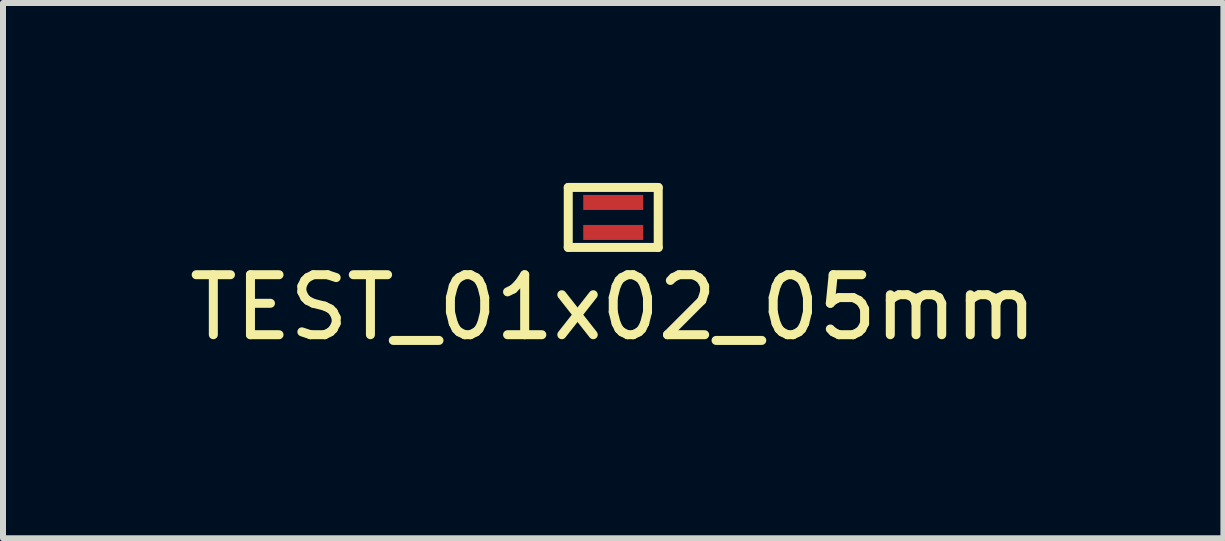
<source format=kicad_pcb>
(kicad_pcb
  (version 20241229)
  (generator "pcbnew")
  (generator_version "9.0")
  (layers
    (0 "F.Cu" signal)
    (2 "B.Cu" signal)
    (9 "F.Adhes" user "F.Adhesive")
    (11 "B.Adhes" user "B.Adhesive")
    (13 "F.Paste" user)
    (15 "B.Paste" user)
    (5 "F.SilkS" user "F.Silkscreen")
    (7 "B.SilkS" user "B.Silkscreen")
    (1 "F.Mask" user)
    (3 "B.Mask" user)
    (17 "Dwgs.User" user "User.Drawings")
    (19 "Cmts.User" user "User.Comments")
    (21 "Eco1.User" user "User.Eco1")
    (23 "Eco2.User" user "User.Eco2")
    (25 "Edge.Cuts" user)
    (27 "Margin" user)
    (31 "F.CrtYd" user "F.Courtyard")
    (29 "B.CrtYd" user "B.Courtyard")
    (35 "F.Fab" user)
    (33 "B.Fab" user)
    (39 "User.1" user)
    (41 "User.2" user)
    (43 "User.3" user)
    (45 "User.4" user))
  (footprint "TEST_01x02_05mm"
    (layer "F.Cu")
    (at 7.173 0.575)
    (property "Reference" "TEST_01x02_05mm" (at 0 1.5 0) (layer "F.SilkS") (effects (font (size 1 1) (thickness 0.15))))
    (attr through_hole)
    (fp_line (start -0.75 -0.5) (end 0.75 -0.5) (stroke (width 0.15) (type solid)) (layer "F.SilkS"))
    (fp_line (start -0.75 0.5) (end -0.75 -0.5) (stroke (width 0.15) (type solid)) (layer "F.SilkS"))
    (fp_line (start 0.75 -0.5) (end 0.75 0.5) (stroke (width 0.15) (type solid)) (layer "F.SilkS"))
    (fp_line (start 0.75 0.5) (end -0.75 0.5) (stroke (width 0.15) (type solid)) (layer "F.SilkS"))
    (pad "1" smd rect (at 0 -0.25) (size 1 0.25) (layers "F.Cu" "F.Mask" "F.Paste"))
    (pad "2" smd rect (at 0 0.25) (size 1 0.25) (layers "F.Cu" "F.Mask" "F.Paste")))
  (gr_rect
    (start -3 -3)
    (end 17.345 5.923)
    (stroke (width 0.1) (type default))
    (fill no)
    (layer "Edge.Cuts")))
</source>
